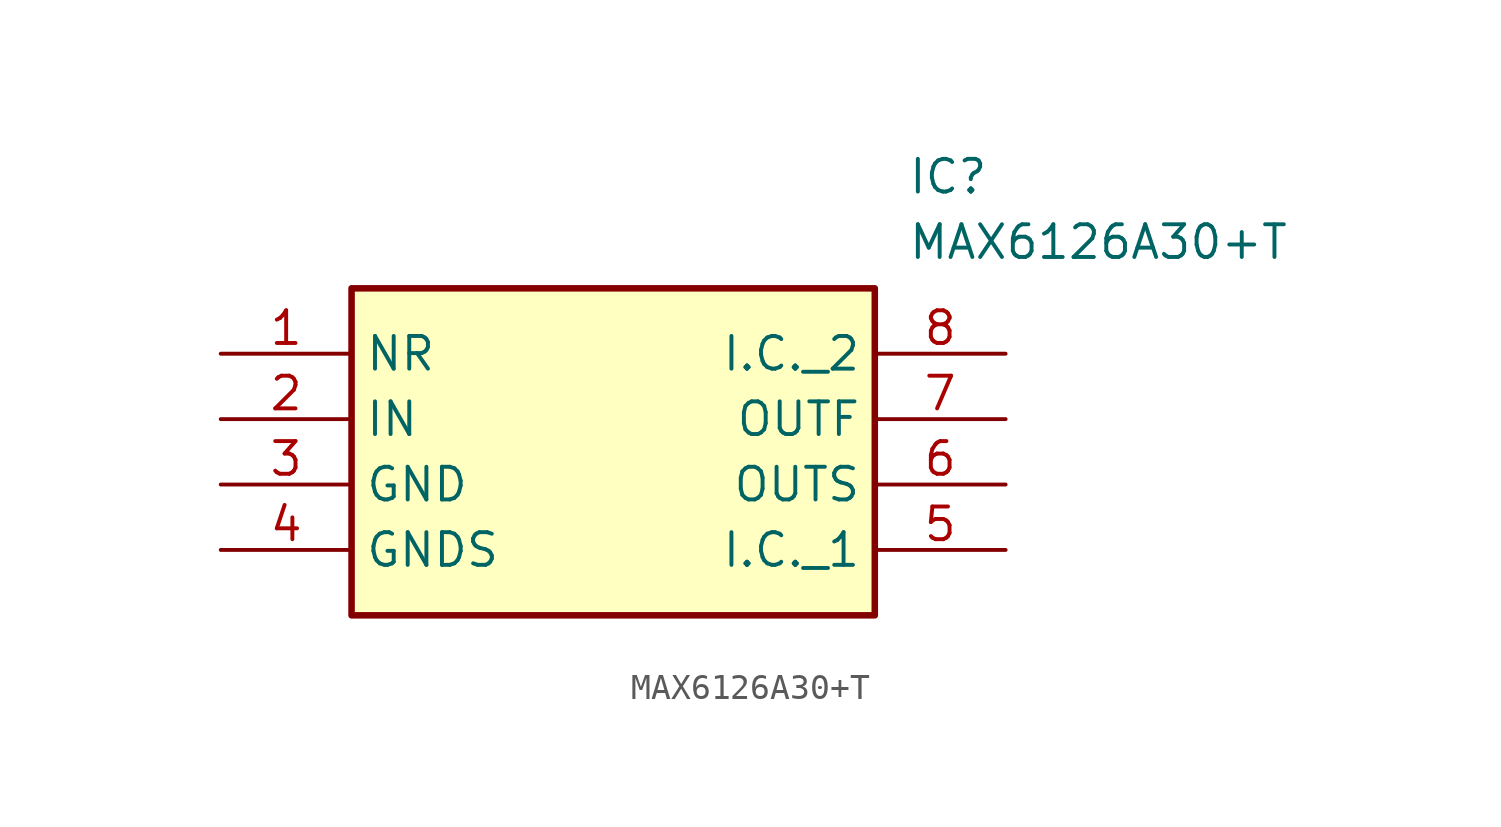
<source format=kicad_sym>
(kicad_symbol_lib
  (version 20211014)
  (generator SamacSys_ECAD_Model)
  (symbol "MAX6126A30+T"
    (property "Reference" "IC"
      (at 26.67 7.62 0)
      (effects (font (size 1.27 1.27)) (justify left top)))
    (property "Value" "MAX6126A30+T"
      (at 26.67 5.08 0)
      (effects (font (size 1.27 1.27)) (justify left top)))
    (rectangle
      (start 5.08 2.54)
      (end 25.4 -10.16)
      (stroke (width 0.254) (type default))
      (fill (type background)))
    (pin passive line
      (at 0 0 0)
      (length 5.08)
      (name "NR" (effects (font (size 1.27 1.27))))
      (number "1" (effects (font (size 1.27 1.27)))))
    (pin passive line
      (at 0 -2.54 0)
      (length 5.08)
      (name "IN" (effects (font (size 1.27 1.27))))
      (number "2" (effects (font (size 1.27 1.27)))))
    (pin passive line
      (at 0 -5.08 0)
      (length 5.08)
      (name "GND" (effects (font (size 1.27 1.27))))
      (number "3" (effects (font (size 1.27 1.27)))))
    (pin passive line
      (at 0 -7.62 0)
      (length 5.08)
      (name "GNDS" (effects (font (size 1.27 1.27))))
      (number "4" (effects (font (size 1.27 1.27)))))
    (pin passive line
      (at 30.48 0 180)
      (length 5.08)
      (name "I.C._2" (effects (font (size 1.27 1.27))))
      (number "8" (effects (font (size 1.27 1.27)))))
    (pin passive line
      (at 30.48 -2.54 180)
      (length 5.08)
      (name "OUTF" (effects (font (size 1.27 1.27))))
      (number "7" (effects (font (size 1.27 1.27)))))
    (pin passive line
      (at 30.48 -5.08 180)
      (length 5.08)
      (name "OUTS" (effects (font (size 1.27 1.27))))
      (number "6" (effects (font (size 1.27 1.27)))))
    (pin passive line
      (at 30.48 -7.62 180)
      (length 5.08)
      (name "I.C._1" (effects (font (size 1.27 1.27))))
      (number "5" (effects (font (size 1.27 1.27)))))))
</source>
